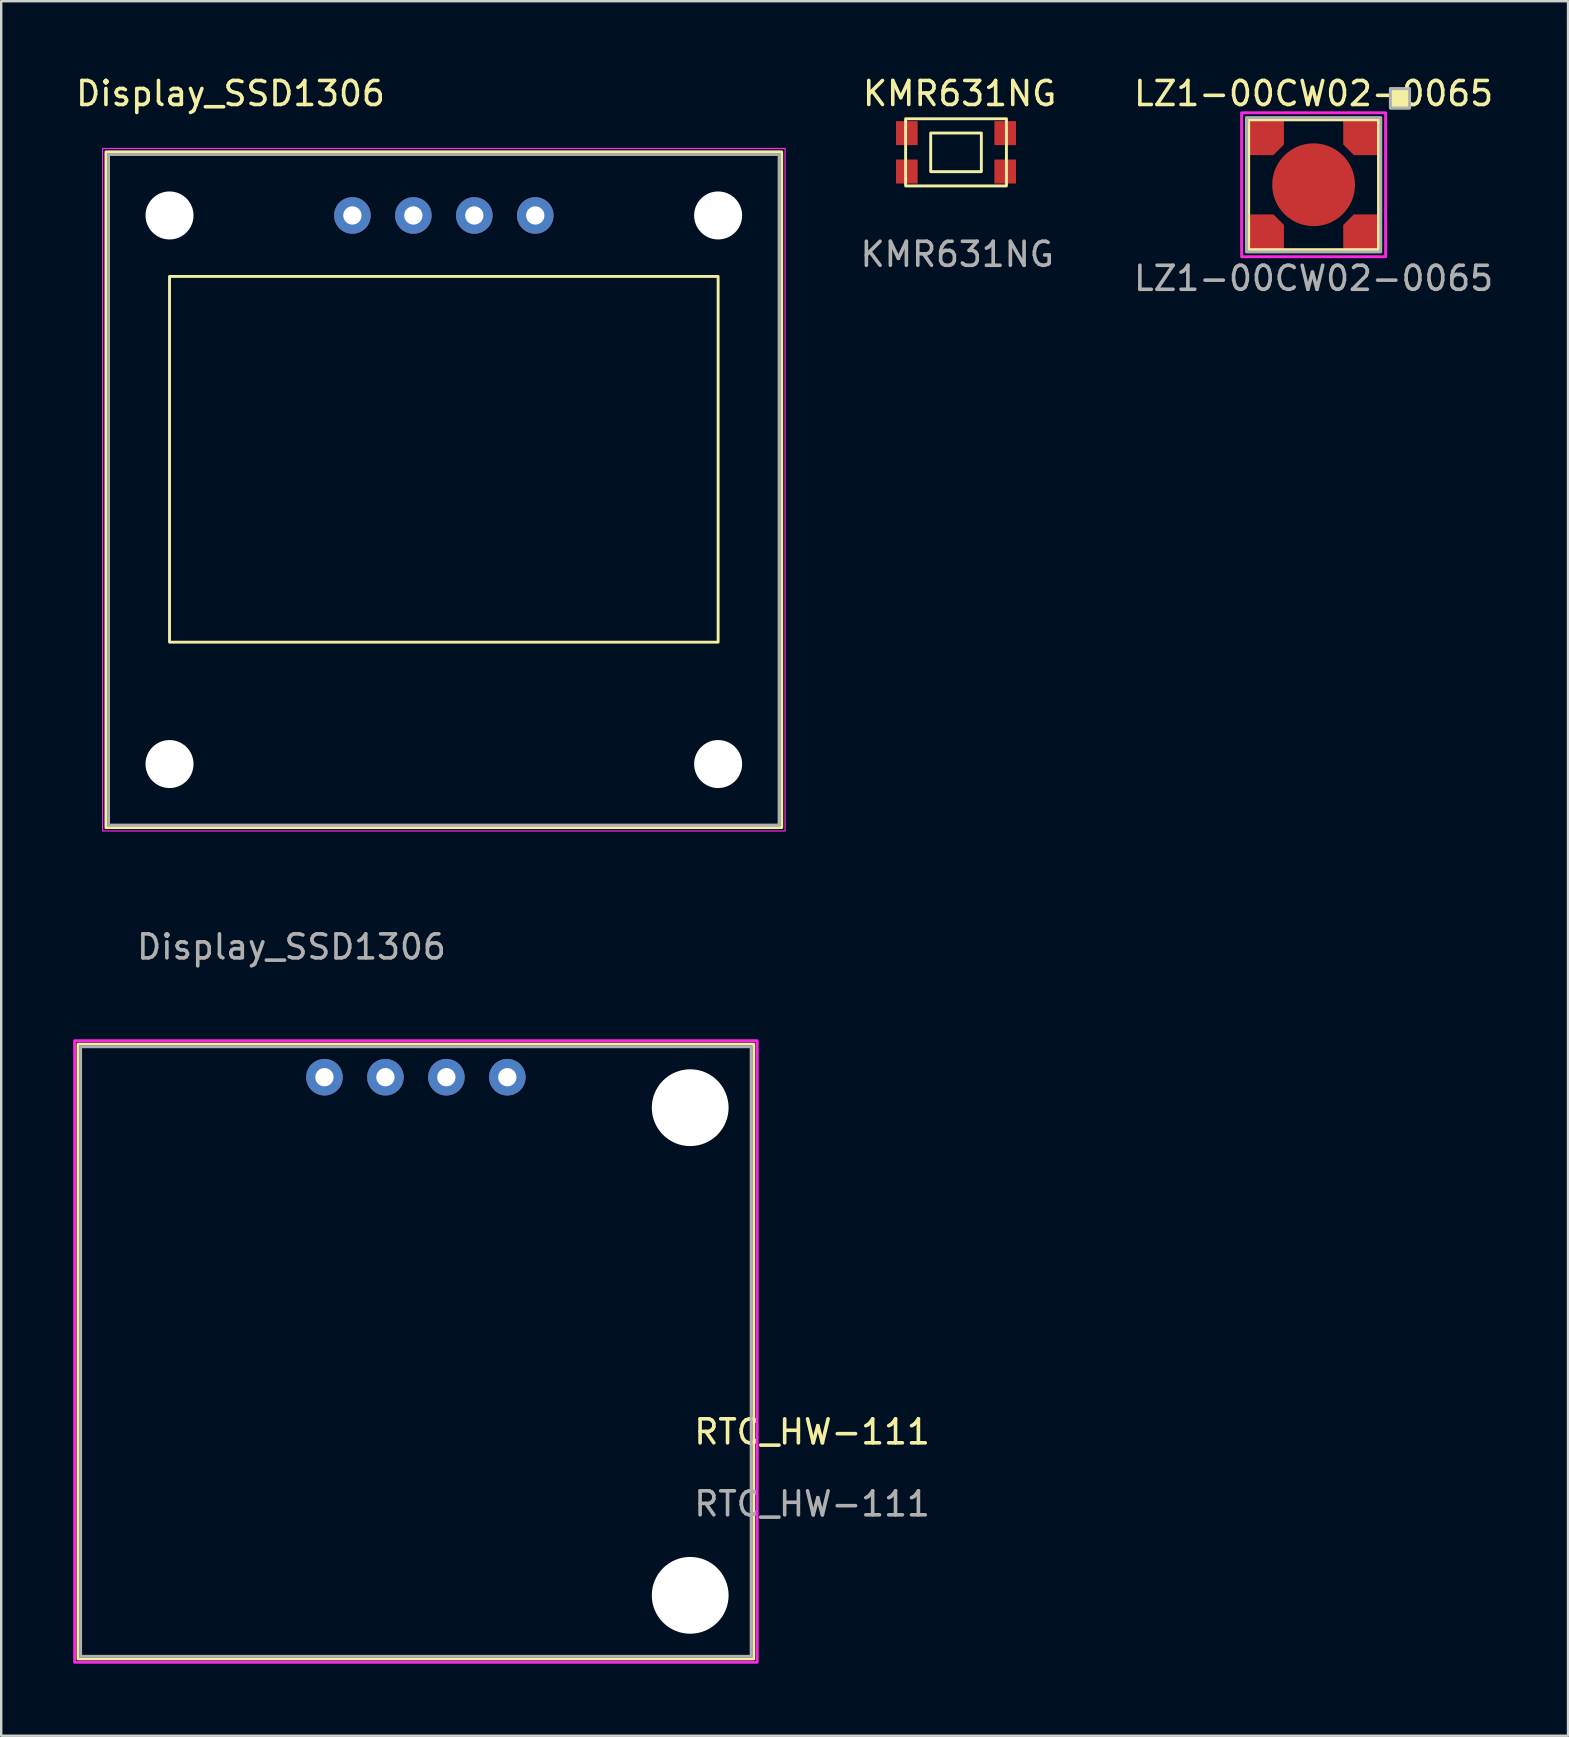
<source format=kicad_pcb>
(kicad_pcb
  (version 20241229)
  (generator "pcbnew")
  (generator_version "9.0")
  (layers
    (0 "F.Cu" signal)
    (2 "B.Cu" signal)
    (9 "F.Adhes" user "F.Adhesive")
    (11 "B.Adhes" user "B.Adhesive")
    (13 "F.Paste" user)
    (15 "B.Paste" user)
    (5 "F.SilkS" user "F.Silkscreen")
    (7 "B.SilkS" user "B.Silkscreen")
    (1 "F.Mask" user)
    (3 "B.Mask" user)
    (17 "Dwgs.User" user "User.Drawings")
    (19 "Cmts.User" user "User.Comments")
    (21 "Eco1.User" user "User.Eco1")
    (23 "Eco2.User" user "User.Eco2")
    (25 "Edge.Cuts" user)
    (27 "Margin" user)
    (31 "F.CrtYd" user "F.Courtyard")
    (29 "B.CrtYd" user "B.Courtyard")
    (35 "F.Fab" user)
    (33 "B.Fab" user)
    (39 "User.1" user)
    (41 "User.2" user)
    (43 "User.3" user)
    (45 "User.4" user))
  (footprint "RTC_HW-111"
    (layer "F.Cu")
    (at 10.47 41.837)
    (property "Reference" "RTC_HW-111" (at 20.32 14.78 0) (unlocked yes) (layer "F.SilkS") (effects (font (size 1 1) (thickness 0.15))))
    (attr through_hole)
    (fp_rect (start -10.27 -1.38) (end 17.89 24.24) (stroke (width 0.12) (type solid)) (fill no) (layer "F.SilkS"))
    (fp_rect (start -10.41 -1.52) (end 18.03 24.38) (stroke (width 0.12) (type solid)) (fill no) (layer "F.CrtYd"))
    (fp_rect (start -10.16 -1.27) (end 17.78 24.13) (stroke (width 0.12) (type solid)) (fill no) (layer "F.Fab"))
    (fp_text user "${REFERENCE}" (at 20.32 17.78 0) (unlocked yes) (layer "F.Fab") (effects (font (size 1 1) (thickness 0.15))))
    (pad "" np_thru_hole circle (at 15.24 1.27) (size 3.2 3.2) (drill 3.2) (layers "*.Cu" "*.Mask"))
    (pad "" np_thru_hole circle (at 15.24 21.59) (size 3.2 3.2) (drill 3.2) (layers "*.Cu" "*.Mask"))
    (pad "1" thru_hole circle (at 0 0) (size 1.524 1.524) (drill 0.762) (layers "*.Cu" "*.Mask"))
    (pad "2" thru_hole circle (at 2.54 0) (size 1.524 1.524) (drill 0.762) (layers "*.Cu" "*.Mask"))
    (pad "3" thru_hole circle (at 5.08 0) (size 1.524 1.524) (drill 0.762) (layers "*.Cu" "*.Mask"))
    (pad "4" thru_hole circle (at 7.62 0) (size 1.524 1.524) (drill 0.762) (layers "*.Cu" "*.Mask")))
  (footprint "LZ1-00CW02-0065"
    (layer "F.Cu")
    (at 51.687 4.648)
    (property "Reference" "LZ1-00CW02-0065" (at 0 -3.8 0) (unlocked yes) (layer "F.SilkS") (effects (font (size 1 1) (thickness 0.15))))
    (attr smd)
    (fp_poly (pts (xy -1.68 1.24) (xy -2.44 1.24) (xy -2.44 2.44) (xy -1.24 2.44) (xy -1.24 1.68)) (stroke (width 0) (type solid)) (fill yes) (layer "F.Mask"))
    (fp_poly (pts (xy -1.24 -1.68) (xy -1.24 -2.44) (xy -2.44 -2.44) (xy -2.44 -1.24) (xy -1.68 -1.24)) (stroke (width 0) (type solid)) (fill yes) (layer "F.Mask"))
    (fp_poly (pts (xy 1.24 1.68) (xy 1.24 2.44) (xy 2.44 2.44) (xy 2.44 1.24) (xy 1.68 1.24)) (stroke (width 0) (type solid)) (fill yes) (layer "F.Mask"))
    (fp_poly (pts (xy 1.68 -1.24) (xy 2.44 -1.24) (xy 2.44 -2.44) (xy 1.24 -2.44) (xy 1.24 -1.68)) (stroke (width 0) (type solid)) (fill yes) (layer "F.Mask"))
    (fp_rect (start -2.705 -2.705) (end 2.705 2.705) (stroke (width 0.12) (type default)) (fill no) (layer "F.SilkS"))
    (fp_rect (start 3.2 -4) (end 4 -3.2) (stroke (width 0.12) (type solid)) (fill yes) (layer "F.SilkS"))
    (fp_poly (pts (xy -1.61 -1.31) (xy -1.31 -1.61) (xy -1.31 -2.39) (xy -2.39 -2.39) (xy -2.39 -1.31)) (stroke (width 0) (type solid)) (fill yes) (layer "F.Paste"))
    (fp_poly (pts (xy -1.31 1.6) (xy -1.61 1.3) (xy -2.39 1.3) (xy -2.39 2.38) (xy -1.31 2.38)) (stroke (width 0) (type solid)) (fill yes) (layer "F.Paste"))
    (fp_poly (pts (xy 1.32 -1.6) (xy 1.62 -1.3) (xy 2.4 -1.3) (xy 2.4 -2.38) (xy 1.32 -2.38)) (stroke (width 0) (type solid)) (fill yes) (layer "F.Paste"))
    (fp_poly (pts (xy 1.61 1.31) (xy 1.31 1.61) (xy 1.31 2.39) (xy 2.39 2.39) (xy 2.39 1.31)) (stroke (width 0) (type solid)) (fill yes) (layer "F.Paste"))
    (fp_rect (start -3 -3) (end 3 3) (stroke (width 0.12) (type default)) (fill no) (layer "F.CrtYd"))
    (fp_rect (start -2.8 -2.8) (end 2.8 2.8) (stroke (width 0.12) (type default)) (fill no) (layer "F.Fab"))
    (fp_rect (start 3.2 -4) (end 4 -3.2) (stroke (width 0.12) (type solid)) (fill no) (layer "F.Fab"))
    (fp_text user "${REFERENCE}" (at 0 3.9 0) (unlocked yes) (layer "F.Fab") (effects (font (size 1 1) (thickness 0.15))))
    (pad "1" smd roundrect (at 1.97 -1.97) (size 1.47 1.47) (layers "F.Cu") (roundrect_rratio 0) (chamfer_ratio 0.3) (chamfer bottom_left))
    (pad "1" smd roundrect (at 1.97 1.97) (size 1.47 1.47) (layers "F.Cu") (roundrect_rratio 0) (chamfer_ratio 0.3) (chamfer top_left))
    (pad "2" smd roundrect (at -1.97 -1.97) (size 1.47 1.47) (layers "F.Cu") (roundrect_rratio 0) (chamfer_ratio 0.3) (chamfer bottom_right))
    (pad "2" smd roundrect (at -1.97 1.97) (size 1.47 1.47) (layers "F.Cu") (roundrect_rratio 0) (chamfer_ratio 0.3) (chamfer top_right))
    (pad "3" smd circle (at 0 0) (size 3.45 3.45) (layers "F.Cu" "F.Mask" "F.Paste")))
  (footprint "Display_SSD1306"
    (layer "F.Cu")
    (at 11.634 5.928)
    (property "Reference" "Display_SSD1306" (at -5.08 -5.08 0) (unlocked yes) (layer "F.SilkS") (effects (font (size 1 1) (thickness 0.15))))
    (attr through_hole)
    (fp_rect (start -10.27 -2.65) (end 17.89 25.51) (stroke (width 0.12) (type solid)) (fill no) (layer "F.SilkS"))
    (fp_rect (start -7.62 2.54) (end 15.24 17.78) (stroke (width 0.12) (type solid)) (fill no) (layer "F.SilkS"))
    (fp_rect (start -10.41 -2.79) (end 18.03 25.65) (stroke (width 0.05) (type solid)) (fill no) (layer "F.CrtYd"))
    (fp_rect (start -10.16 -2.54) (end 17.78 25.4) (stroke (width 0.12) (type solid)) (fill no) (layer "F.Fab"))
    (fp_text user "${REFERENCE}" (at -2.54 30.48 0) (unlocked yes) (layer "F.Fab") (effects (font (size 1 1) (thickness 0.15))))
    (pad "" np_thru_hole circle (at -7.62 0) (size 2 2) (drill 2) (layers "*.Cu" "*.Mask"))
    (pad "" np_thru_hole circle (at -7.62 22.86) (size 2 2) (drill 2) (layers "*.Cu" "*.Mask"))
    (pad "" np_thru_hole circle (at 15.24 0) (size 2 2) (drill 2) (layers "*.Cu" "*.Mask"))
    (pad "" np_thru_hole circle (at 15.24 22.86) (size 2 2) (drill 2) (layers "*.Cu" "*.Mask"))
    (pad "1" thru_hole circle (at 0 0) (size 1.524 1.524) (drill 0.762) (layers "*.Cu" "*.Mask"))
    (pad "2" thru_hole circle (at 2.54 0) (size 1.524 1.524) (drill 0.762) (layers "*.Cu" "*.Mask"))
    (pad "3" thru_hole circle (at 5.08 0) (size 1.524 1.524) (drill 0.762) (layers "*.Cu" "*.Mask"))
    (pad "4" thru_hole circle (at 7.62 0) (size 1.524 1.524) (drill 0.762) (layers "*.Cu" "*.Mask")))
  (footprint "KMR631NG"
    (layer "F.Cu")
    (at 36.787 3.298)
    (property "Reference" "KMR631NG" (at 0.15 -2.45 0) (unlocked yes) (layer "F.SilkS") (effects (font (size 1 1) (thickness 0.15))))
    (attr smd)
    (fp_rect (start -2.1 -1.4) (end 2.1 1.4) (stroke (width 0.12) (type solid)) (fill no) (layer "F.SilkS"))
    (fp_rect (start -1.055 -0.805) (end 1.055 0.805) (stroke (width 0.12) (type solid)) (fill no) (layer "F.SilkS"))
    (fp_text user "${REFERENCE}" (at 0.05 4.25 0) (unlocked yes) (layer "F.Fab") (effects (font (size 1 1) (thickness 0.15))))
    (pad "1" smd rect (at -2.05 -0.8) (size 0.9 1) (layers "F.Cu" "F.Mask" "F.Paste"))
    (pad "1" smd rect (at 2.05 -0.8) (size 0.9 1) (layers "F.Cu" "F.Mask" "F.Paste"))
    (pad "2" smd rect (at -2.05 0.8) (size 0.9 1) (layers "F.Cu" "F.Mask" "F.Paste"))
    (pad "2" smd rect (at 2.05 0.8) (size 0.9 1) (layers "F.Cu" "F.Mask" "F.Paste")))
  (gr_rect
    (start -3 -3)
    (end 62.289 69.276)
    (stroke (width 0.1) (type default))
    (fill no)
    (layer "Edge.Cuts")))
</source>
